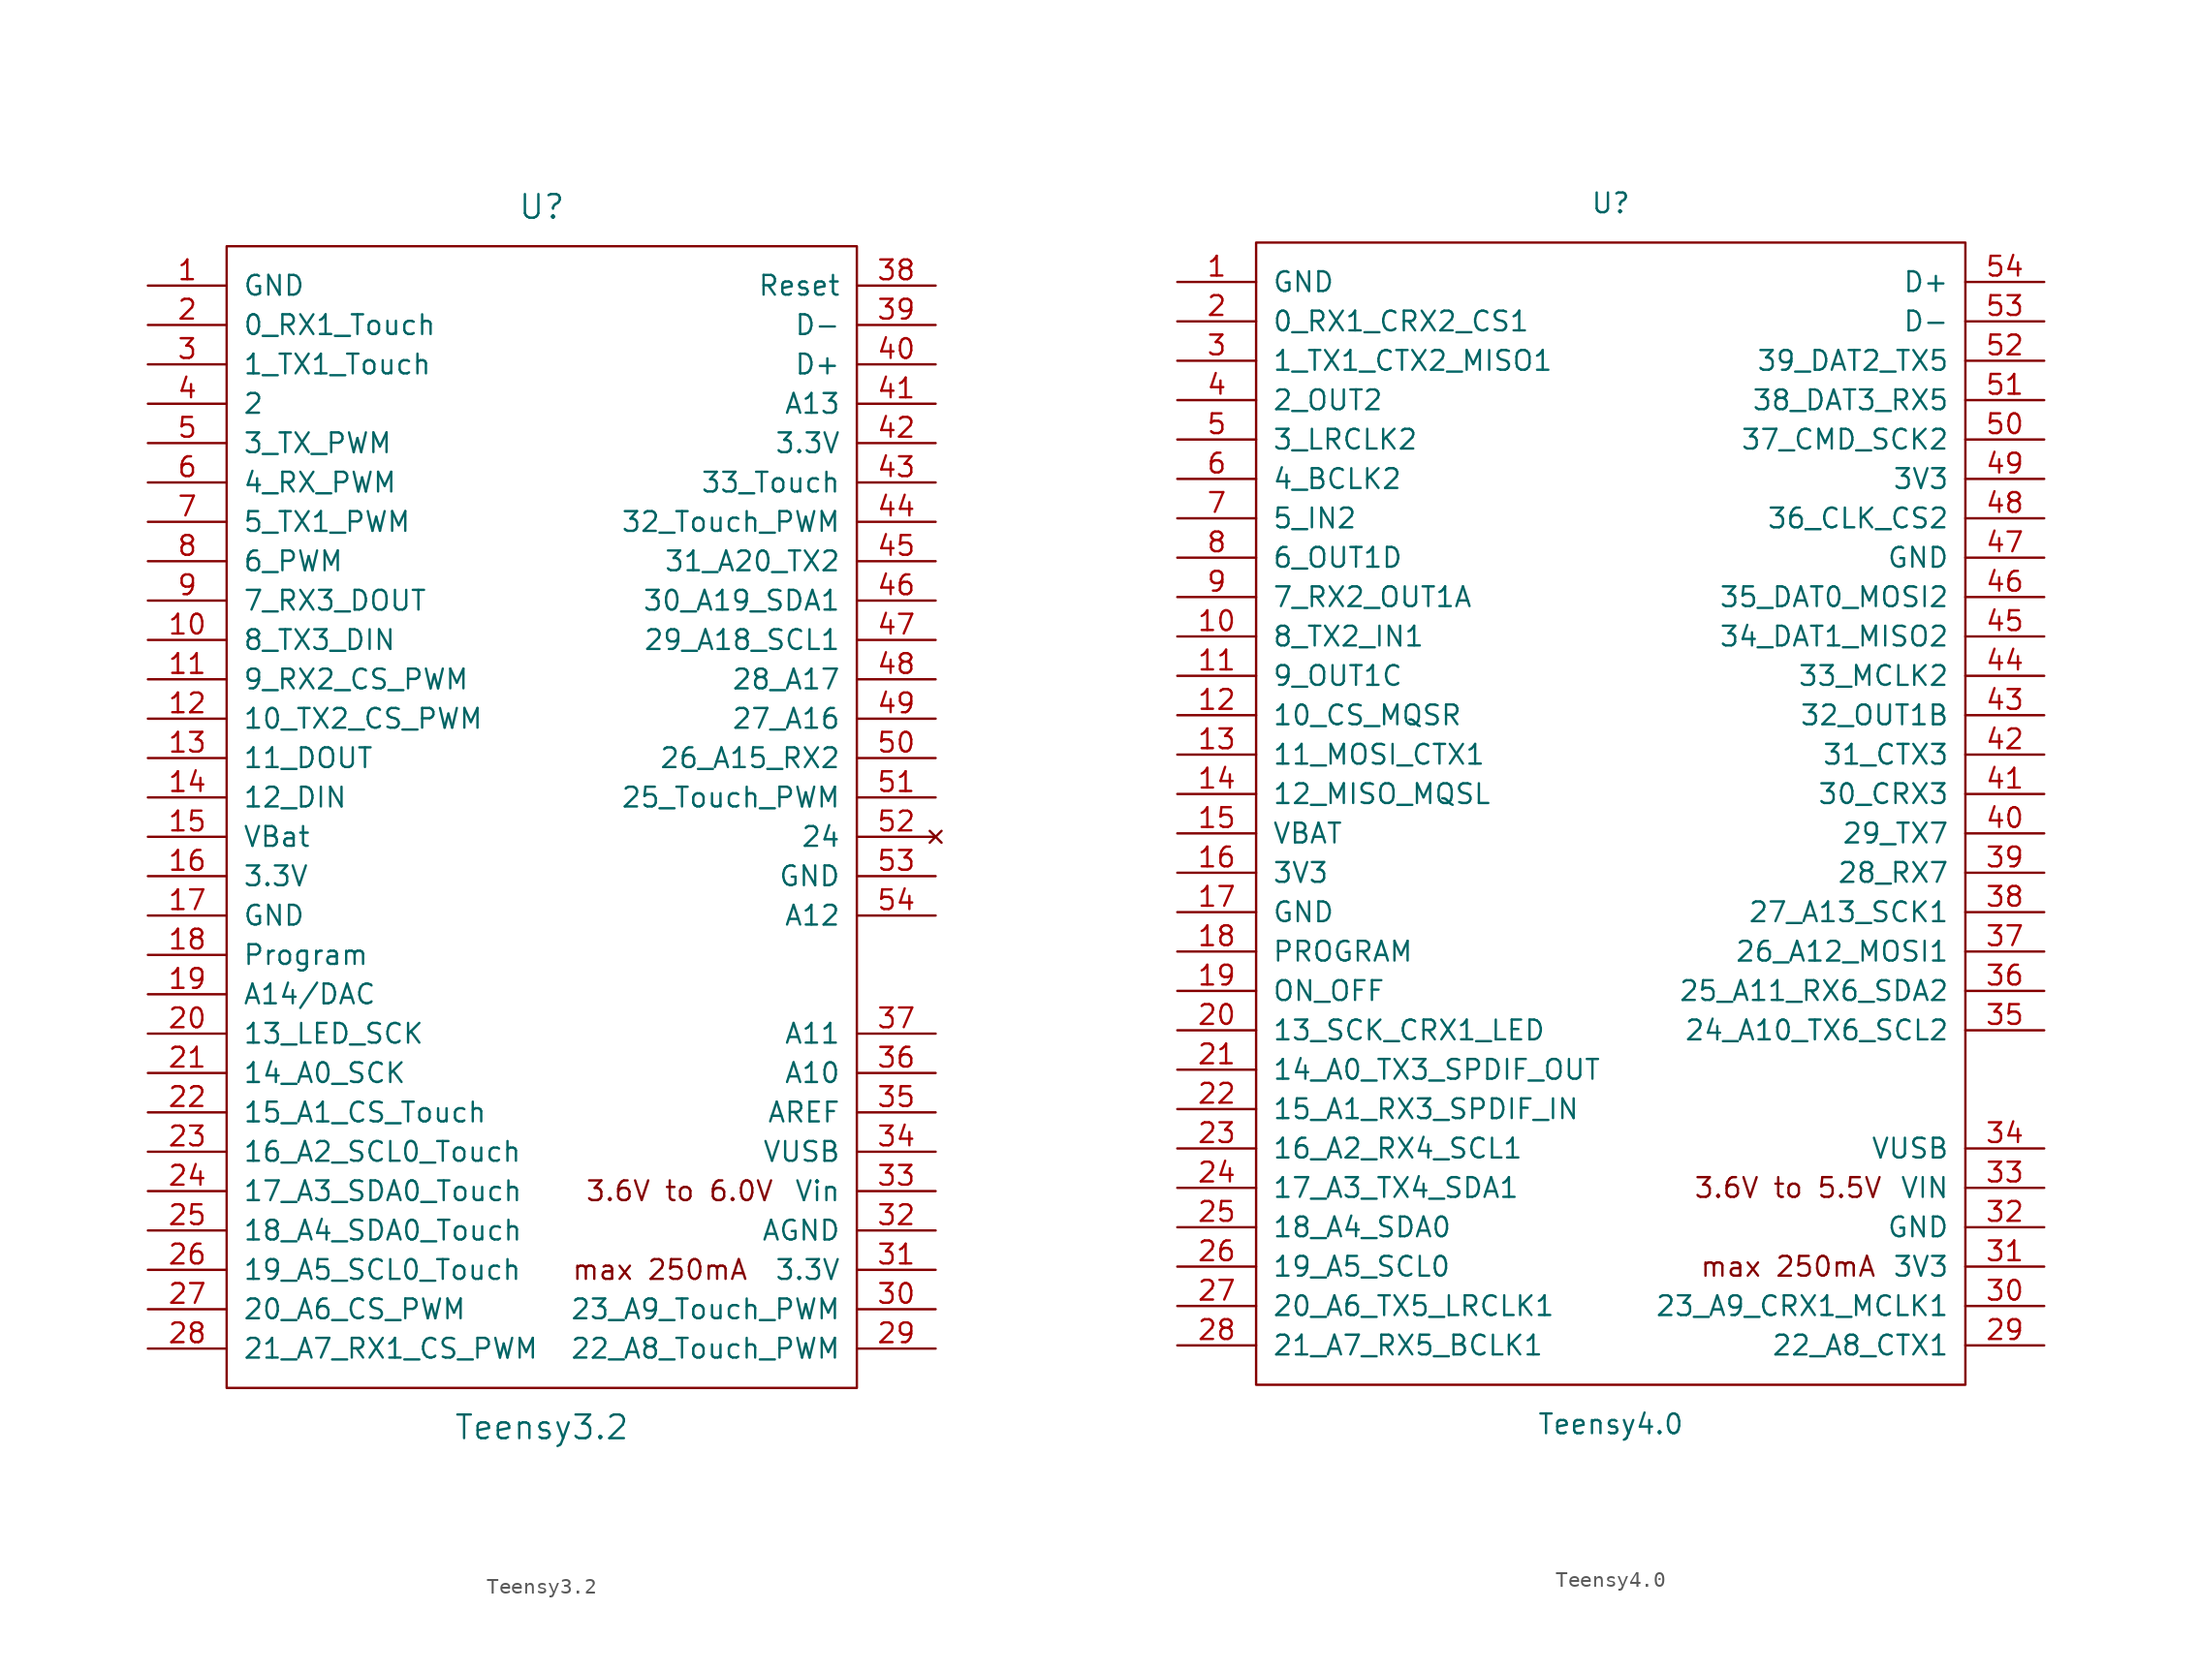
<source format=kicad_sym>
(kicad_symbol_lib
  (version 20211014)
  (generator kicad_symbol_editor)
  (symbol "Teensy3.2"
    (pin_names
      (offset 1.016))
    (property "Reference" "U"
      (at 0 39.37 0)
      (effects (font (size 1.524 1.524))))
    (property "Value" "Teensy3.2"
      (at 0 -39.37 0)
      (effects (font (size 1.524 1.524))))
    (property "Footprint" ""
      (at 0 -19.05 0)
      (effects (font (size 1.524 1.524))))
    (property "Datasheet" ""
      (at 0 -19.05 0)
      (effects (font (size 1.524 1.524))))
    (symbol "Teensy3.2_0_0"
      (text "3.6V to 6.0V" (at 8.89 -24.13 0) (effects (font (size 1.27 1.27))))
      (text "max 250mA" (at 7.62 -29.21 0) (effects (font (size 1.27 1.27)))))
    (symbol "Teensy3.2_0_1"
      (rectangle (start -20.32 -36.83) (end 20.32 36.83) (stroke (width 0) (type default) (color 0 0 0 0)) (fill (type none))))
    (symbol "Teensy3.2_1_1"
      (pin power_in line (at -25.4 34.29 0) (length 5.08) (name "GND" (effects (font (size 1.27 1.27)))) (number "1" (effects (font (size 1.27 1.27)))))
      (pin bidirectional line (at -25.4 11.43 0) (length 5.08) (name "8_TX3_DIN" (effects (font (size 1.27 1.27)))) (number "10" (effects (font (size 1.27 1.27)))))
      (pin bidirectional line (at -25.4 8.89 0) (length 5.08) (name "9_RX2_CS_PWM" (effects (font (size 1.27 1.27)))) (number "11" (effects (font (size 1.27 1.27)))))
      (pin bidirectional line (at -25.4 6.35 0) (length 5.08) (name "10_TX2_CS_PWM" (effects (font (size 1.27 1.27)))) (number "12" (effects (font (size 1.27 1.27)))))
      (pin bidirectional line (at -25.4 3.81 0) (length 5.08) (name "11_DOUT" (effects (font (size 1.27 1.27)))) (number "13" (effects (font (size 1.27 1.27)))))
      (pin bidirectional line (at -25.4 1.27 0) (length 5.08) (name "12_DIN" (effects (font (size 1.27 1.27)))) (number "14" (effects (font (size 1.27 1.27)))))
      (pin power_in line (at -25.4 -1.27 0) (length 5.08) (name "VBat" (effects (font (size 1.27 1.27)))) (number "15" (effects (font (size 1.27 1.27)))))
      (pin power_out line (at -25.4 -3.81 0) (length 5.08) (name "3.3V" (effects (font (size 1.27 1.27)))) (number "16" (effects (font (size 1.27 1.27)))))
      (pin power_in line (at -25.4 -6.35 0) (length 5.08) (name "GND" (effects (font (size 1.27 1.27)))) (number "17" (effects (font (size 1.27 1.27)))))
      (pin input line (at -25.4 -8.89 0) (length 5.08) (name "Program" (effects (font (size 1.27 1.27)))) (number "18" (effects (font (size 1.27 1.27)))))
      (pin bidirectional line (at -25.4 -11.43 0) (length 5.08) (name "A14/DAC" (effects (font (size 1.27 1.27)))) (number "19" (effects (font (size 1.27 1.27)))))
      (pin bidirectional line (at -25.4 31.75 0) (length 5.08) (name "0_RX1_Touch" (effects (font (size 1.27 1.27)))) (number "2" (effects (font (size 1.27 1.27)))))
      (pin bidirectional line (at -25.4 -13.97 0) (length 5.08) (name "13_LED_SCK" (effects (font (size 1.27 1.27)))) (number "20" (effects (font (size 1.27 1.27)))))
      (pin bidirectional line (at -25.4 -16.51 0) (length 5.08) (name "14_A0_SCK" (effects (font (size 1.27 1.27)))) (number "21" (effects (font (size 1.27 1.27)))))
      (pin bidirectional line (at -25.4 -19.05 0) (length 5.08) (name "15_A1_CS_Touch" (effects (font (size 1.27 1.27)))) (number "22" (effects (font (size 1.27 1.27)))))
      (pin bidirectional line (at -25.4 -21.59 0) (length 5.08) (name "16_A2_SCL0_Touch" (effects (font (size 1.27 1.27)))) (number "23" (effects (font (size 1.27 1.27)))))
      (pin bidirectional line (at -25.4 -24.13 0) (length 5.08) (name "17_A3_SDA0_Touch" (effects (font (size 1.27 1.27)))) (number "24" (effects (font (size 1.27 1.27)))))
      (pin bidirectional line (at -25.4 -26.67 0) (length 5.08) (name "18_A4_SDA0_Touch" (effects (font (size 1.27 1.27)))) (number "25" (effects (font (size 1.27 1.27)))))
      (pin bidirectional line (at -25.4 -29.21 0) (length 5.08) (name "19_A5_SCL0_Touch" (effects (font (size 1.27 1.27)))) (number "26" (effects (font (size 1.27 1.27)))))
      (pin bidirectional line (at -25.4 -31.75 0) (length 5.08) (name "20_A6_CS_PWM" (effects (font (size 1.27 1.27)))) (number "27" (effects (font (size 1.27 1.27)))))
      (pin bidirectional line (at -25.4 -34.29 0) (length 5.08) (name "21_A7_RX1_CS_PWM" (effects (font (size 1.27 1.27)))) (number "28" (effects (font (size 1.27 1.27)))))
      (pin bidirectional line (at 25.4 -34.29 180) (length 5.08) (name "22_A8_Touch_PWM" (effects (font (size 1.27 1.27)))) (number "29" (effects (font (size 1.27 1.27)))))
      (pin bidirectional line (at -25.4 29.21 0) (length 5.08) (name "1_TX1_Touch" (effects (font (size 1.27 1.27)))) (number "3" (effects (font (size 1.27 1.27)))))
      (pin bidirectional line (at 25.4 -31.75 180) (length 5.08) (name "23_A9_Touch_PWM" (effects (font (size 1.27 1.27)))) (number "30" (effects (font (size 1.27 1.27)))))
      (pin power_out line (at 25.4 -29.21 180) (length 5.08) (name "3.3V" (effects (font (size 1.27 1.27)))) (number "31" (effects (font (size 1.27 1.27)))))
      (pin power_out line (at 25.4 -26.67 180) (length 5.08) (name "AGND" (effects (font (size 1.27 1.27)))) (number "32" (effects (font (size 1.27 1.27)))))
      (pin power_in line (at 25.4 -24.13 180) (length 5.08) (name "Vin" (effects (font (size 1.27 1.27)))) (number "33" (effects (font (size 1.27 1.27)))))
      (pin power_in line (at 25.4 -21.59 180) (length 5.08) (name "VUSB" (effects (font (size 1.27 1.27)))) (number "34" (effects (font (size 1.27 1.27)))))
      (pin input line (at 25.4 -19.05 180) (length 5.08) (name "AREF" (effects (font (size 1.27 1.27)))) (number "35" (effects (font (size 1.27 1.27)))))
      (pin bidirectional line (at 25.4 -16.51 180) (length 5.08) (name "A10" (effects (font (size 1.27 1.27)))) (number "36" (effects (font (size 1.27 1.27)))))
      (pin bidirectional line (at 25.4 -13.97 180) (length 5.08) (name "A11" (effects (font (size 1.27 1.27)))) (number "37" (effects (font (size 1.27 1.27)))))
      (pin input line (at 25.4 34.29 180) (length 5.08) (name "Reset" (effects (font (size 1.27 1.27)))) (number "38" (effects (font (size 1.27 1.27)))))
      (pin bidirectional line (at 25.4 31.75 180) (length 5.08) (name "D-" (effects (font (size 1.27 1.27)))) (number "39" (effects (font (size 1.27 1.27)))))
      (pin bidirectional line (at -25.4 26.67 0) (length 5.08) (name "2" (effects (font (size 1.27 1.27)))) (number "4" (effects (font (size 1.27 1.27)))))
      (pin bidirectional line (at 25.4 29.21 180) (length 5.08) (name "D+" (effects (font (size 1.27 1.27)))) (number "40" (effects (font (size 1.27 1.27)))))
      (pin bidirectional line (at 25.4 26.67 180) (length 5.08) (name "A13" (effects (font (size 1.27 1.27)))) (number "41" (effects (font (size 1.27 1.27)))))
      (pin power_out line (at 25.4 24.13 180) (length 5.08) (name "3.3V" (effects (font (size 1.27 1.27)))) (number "42" (effects (font (size 1.27 1.27)))))
      (pin bidirectional line (at 25.4 21.59 180) (length 5.08) (name "33_Touch" (effects (font (size 1.27 1.27)))) (number "43" (effects (font (size 1.27 1.27)))))
      (pin bidirectional line (at 25.4 19.05 180) (length 5.08) (name "32_Touch_PWM" (effects (font (size 1.27 1.27)))) (number "44" (effects (font (size 1.27 1.27)))))
      (pin bidirectional line (at 25.4 16.51 180) (length 5.08) (name "31_A20_TX2" (effects (font (size 1.27 1.27)))) (number "45" (effects (font (size 1.27 1.27)))))
      (pin bidirectional line (at 25.4 13.97 180) (length 5.08) (name "30_A19_SDA1" (effects (font (size 1.27 1.27)))) (number "46" (effects (font (size 1.27 1.27)))))
      (pin bidirectional line (at 25.4 11.43 180) (length 5.08) (name "29_A18_SCL1" (effects (font (size 1.27 1.27)))) (number "47" (effects (font (size 1.27 1.27)))))
      (pin bidirectional line (at 25.4 8.89 180) (length 5.08) (name "28_A17" (effects (font (size 1.27 1.27)))) (number "48" (effects (font (size 1.27 1.27)))))
      (pin bidirectional line (at 25.4 6.35 180) (length 5.08) (name "27_A16" (effects (font (size 1.27 1.27)))) (number "49" (effects (font (size 1.27 1.27)))))
      (pin bidirectional line (at -25.4 24.13 0) (length 5.08) (name "3_TX_PWM" (effects (font (size 1.27 1.27)))) (number "5" (effects (font (size 1.27 1.27)))))
      (pin bidirectional line (at 25.4 3.81 180) (length 5.08) (name "26_A15_RX2" (effects (font (size 1.27 1.27)))) (number "50" (effects (font (size 1.27 1.27)))))
      (pin bidirectional line (at 25.4 1.27 180) (length 5.08) (name "25_Touch_PWM" (effects (font (size 1.27 1.27)))) (number "51" (effects (font (size 1.27 1.27)))))
      (pin no_connect line (at 25.4 -1.27 180) (length 5.08) (name "24" (effects (font (size 1.27 1.27)))) (number "52" (effects (font (size 1.27 1.27)))))
      (pin power_in line (at 25.4 -3.81 180) (length 5.08) (name "GND" (effects (font (size 1.27 1.27)))) (number "53" (effects (font (size 1.27 1.27)))))
      (pin bidirectional line (at 25.4 -6.35 180) (length 5.08) (name "A12" (effects (font (size 1.27 1.27)))) (number "54" (effects (font (size 1.27 1.27)))))
      (pin bidirectional line (at -25.4 21.59 0) (length 5.08) (name "4_RX_PWM" (effects (font (size 1.27 1.27)))) (number "6" (effects (font (size 1.27 1.27)))))
      (pin bidirectional line (at -25.4 19.05 0) (length 5.08) (name "5_TX1_PWM" (effects (font (size 1.27 1.27)))) (number "7" (effects (font (size 1.27 1.27)))))
      (pin bidirectional line (at -25.4 16.51 0) (length 5.08) (name "6_PWM" (effects (font (size 1.27 1.27)))) (number "8" (effects (font (size 1.27 1.27)))))
      (pin bidirectional line (at -25.4 13.97 0) (length 5.08) (name "7_RX3_DOUT" (effects (font (size 1.27 1.27)))) (number "9" (effects (font (size 1.27 1.27)))))))
  (symbol "Teensy4.0"
    (pin_names
      (offset 1.016))
    (property "Reference" "U"
      (at 0 39.37 0)
      (effects (font (size 1.27 1.27))))
    (property "Value" "Teensy4.0"
      (at 0 -39.37 0)
      (effects (font (size 1.27 1.27))))
    (symbol "Teensy4.0_0_0"
      (text "3.6V to 5.5V" (at 11.43 -24.13 0) (effects (font (size 1.27 1.27))))
      (text "max 250mA" (at 11.43 -29.21 0) (effects (font (size 1.27 1.27))))
      (pin bidirectional line (at -27.94 11.43 0) (length 5.08) (name "8_TX2_IN1" (effects (font (size 1.27 1.27)))) (number "10" (effects (font (size 1.27 1.27)))))
      (pin bidirectional line (at -27.94 8.89 0) (length 5.08) (name "9_OUT1C" (effects (font (size 1.27 1.27)))) (number "11" (effects (font (size 1.27 1.27)))))
      (pin bidirectional line (at -27.94 6.35 0) (length 5.08) (name "10_CS_MQSR" (effects (font (size 1.27 1.27)))) (number "12" (effects (font (size 1.27 1.27)))))
      (pin bidirectional line (at -27.94 3.81 0) (length 5.08) (name "11_MOSI_CTX1" (effects (font (size 1.27 1.27)))) (number "13" (effects (font (size 1.27 1.27)))))
      (pin bidirectional line (at -27.94 1.27 0) (length 5.08) (name "12_MISO_MQSL" (effects (font (size 1.27 1.27)))) (number "14" (effects (font (size 1.27 1.27)))))
      (pin power_in line (at -27.94 -1.27 0) (length 5.08) (name "VBAT" (effects (font (size 1.27 1.27)))) (number "15" (effects (font (size 1.27 1.27)))))
      (pin power_in line (at -27.94 -3.81 0) (length 5.08) (name "3V3" (effects (font (size 1.27 1.27)))) (number "16" (effects (font (size 1.27 1.27)))))
      (pin power_in line (at -27.94 -6.35 0) (length 5.08) (name "GND" (effects (font (size 1.27 1.27)))) (number "17" (effects (font (size 1.27 1.27)))))
      (pin input line (at -27.94 -8.89 0) (length 5.08) (name "PROGRAM" (effects (font (size 1.27 1.27)))) (number "18" (effects (font (size 1.27 1.27)))))
      (pin input line (at -27.94 -11.43 0) (length 5.08) (name "ON_OFF" (effects (font (size 1.27 1.27)))) (number "19" (effects (font (size 1.27 1.27)))))
      (pin bidirectional line (at -27.94 -13.97 0) (length 5.08) (name "13_SCK_CRX1_LED" (effects (font (size 1.27 1.27)))) (number "20" (effects (font (size 1.27 1.27)))))
      (pin bidirectional line (at -27.94 -16.51 0) (length 5.08) (name "14_A0_TX3_SPDIF_OUT" (effects (font (size 1.27 1.27)))) (number "21" (effects (font (size 1.27 1.27)))))
      (pin bidirectional line (at -27.94 -19.05 0) (length 5.08) (name "15_A1_RX3_SPDIF_IN" (effects (font (size 1.27 1.27)))) (number "22" (effects (font (size 1.27 1.27)))))
      (pin bidirectional line (at -27.94 -21.59 0) (length 5.08) (name "16_A2_RX4_SCL1" (effects (font (size 1.27 1.27)))) (number "23" (effects (font (size 1.27 1.27)))))
      (pin bidirectional line (at -27.94 -24.13 0) (length 5.08) (name "17_A3_TX4_SDA1" (effects (font (size 1.27 1.27)))) (number "24" (effects (font (size 1.27 1.27)))))
      (pin bidirectional line (at -27.94 -26.67 0) (length 5.08) (name "18_A4_SDA0" (effects (font (size 1.27 1.27)))) (number "25" (effects (font (size 1.27 1.27)))))
      (pin bidirectional line (at -27.94 -29.21 0) (length 5.08) (name "19_A5_SCL0" (effects (font (size 1.27 1.27)))) (number "26" (effects (font (size 1.27 1.27)))))
      (pin bidirectional line (at -27.94 -31.75 0) (length 5.08) (name "20_A6_TX5_LRCLK1" (effects (font (size 1.27 1.27)))) (number "27" (effects (font (size 1.27 1.27)))))
      (pin bidirectional line (at -27.94 -34.29 0) (length 5.08) (name "21_A7_RX5_BCLK1" (effects (font (size 1.27 1.27)))) (number "28" (effects (font (size 1.27 1.27)))))
      (pin bidirectional line (at 27.94 -34.29 180) (length 5.08) (name "22_A8_CTX1" (effects (font (size 1.27 1.27)))) (number "29" (effects (font (size 1.27 1.27)))))
      (pin bidirectional line (at 27.94 -31.75 180) (length 5.08) (name "23_A9_CRX1_MCLK1" (effects (font (size 1.27 1.27)))) (number "30" (effects (font (size 1.27 1.27)))))
      (pin power_out line (at 27.94 -29.21 180) (length 5.08) (name "3V3" (effects (font (size 1.27 1.27)))) (number "31" (effects (font (size 1.27 1.27)))))
      (pin power_in line (at 27.94 -26.67 180) (length 5.08) (name "GND" (effects (font (size 1.27 1.27)))) (number "32" (effects (font (size 1.27 1.27)))))
      (pin power_in line (at 27.94 -24.13 180) (length 5.08) (name "VIN" (effects (font (size 1.27 1.27)))) (number "33" (effects (font (size 1.27 1.27)))))
      (pin power_out line (at 27.94 -21.59 180) (length 5.08) (name "VUSB" (effects (font (size 1.27 1.27)))) (number "34" (effects (font (size 1.27 1.27)))))
      (pin bidirectional line (at 27.94 -13.97 180) (length 5.08) (name "24_A10_TX6_SCL2" (effects (font (size 1.27 1.27)))) (number "35" (effects (font (size 1.27 1.27)))))
      (pin bidirectional line (at 27.94 -11.43 180) (length 5.08) (name "25_A11_RX6_SDA2" (effects (font (size 1.27 1.27)))) (number "36" (effects (font (size 1.27 1.27)))))
      (pin bidirectional line (at 27.94 -8.89 180) (length 5.08) (name "26_A12_MOSI1" (effects (font (size 1.27 1.27)))) (number "37" (effects (font (size 1.27 1.27)))))
      (pin bidirectional line (at 27.94 -6.35 180) (length 5.08) (name "27_A13_SCK1" (effects (font (size 1.27 1.27)))) (number "38" (effects (font (size 1.27 1.27)))))
      (pin bidirectional line (at 27.94 -3.81 180) (length 5.08) (name "28_RX7" (effects (font (size 1.27 1.27)))) (number "39" (effects (font (size 1.27 1.27)))))
      (pin bidirectional line (at 27.94 -1.27 180) (length 5.08) (name "29_TX7" (effects (font (size 1.27 1.27)))) (number "40" (effects (font (size 1.27 1.27)))))
      (pin bidirectional line (at 27.94 1.27 180) (length 5.08) (name "30_CRX3" (effects (font (size 1.27 1.27)))) (number "41" (effects (font (size 1.27 1.27)))))
      (pin bidirectional line (at 27.94 3.81 180) (length 5.08) (name "31_CTX3" (effects (font (size 1.27 1.27)))) (number "42" (effects (font (size 1.27 1.27)))))
      (pin bidirectional line (at 27.94 6.35 180) (length 5.08) (name "32_OUT1B" (effects (font (size 1.27 1.27)))) (number "43" (effects (font (size 1.27 1.27)))))
      (pin bidirectional line (at 27.94 8.89 180) (length 5.08) (name "33_MCLK2" (effects (font (size 1.27 1.27)))) (number "44" (effects (font (size 1.27 1.27)))))
      (pin bidirectional line (at 27.94 11.43 180) (length 5.08) (name "34_DAT1_MISO2" (effects (font (size 1.27 1.27)))) (number "45" (effects (font (size 1.27 1.27)))))
      (pin bidirectional line (at 27.94 13.97 180) (length 5.08) (name "35_DAT0_MOSI2" (effects (font (size 1.27 1.27)))) (number "46" (effects (font (size 1.27 1.27)))))
      (pin power_out line (at 27.94 16.51 180) (length 5.08) (name "GND" (effects (font (size 1.27 1.27)))) (number "47" (effects (font (size 1.27 1.27)))))
      (pin bidirectional line (at 27.94 19.05 180) (length 5.08) (name "36_CLK_CS2" (effects (font (size 1.27 1.27)))) (number "48" (effects (font (size 1.27 1.27)))))
      (pin power_out line (at 27.94 21.59 180) (length 5.08) (name "3V3" (effects (font (size 1.27 1.27)))) (number "49" (effects (font (size 1.27 1.27)))))
      (pin bidirectional line (at -27.94 24.13 0) (length 5.08) (name "3_LRCLK2" (effects (font (size 1.27 1.27)))) (number "5" (effects (font (size 1.27 1.27)))))
      (pin bidirectional line (at 27.94 24.13 180) (length 5.08) (name "37_CMD_SCK2" (effects (font (size 1.27 1.27)))) (number "50" (effects (font (size 1.27 1.27)))))
      (pin bidirectional line (at 27.94 26.67 180) (length 5.08) (name "38_DAT3_RX5" (effects (font (size 1.27 1.27)))) (number "51" (effects (font (size 1.27 1.27)))))
      (pin bidirectional line (at 27.94 29.21 180) (length 5.08) (name "39_DAT2_TX5" (effects (font (size 1.27 1.27)))) (number "52" (effects (font (size 1.27 1.27)))))
      (pin bidirectional line (at 27.94 31.75 180) (length 5.08) (name "D-" (effects (font (size 1.27 1.27)))) (number "53" (effects (font (size 1.27 1.27)))))
      (pin bidirectional line (at 27.94 34.29 180) (length 5.08) (name "D+" (effects (font (size 1.27 1.27)))) (number "54" (effects (font (size 1.27 1.27)))))
      (pin bidirectional line (at -27.94 21.59 0) (length 5.08) (name "4_BCLK2" (effects (font (size 1.27 1.27)))) (number "6" (effects (font (size 1.27 1.27)))))
      (pin bidirectional line (at -27.94 19.05 0) (length 5.08) (name "5_IN2" (effects (font (size 1.27 1.27)))) (number "7" (effects (font (size 1.27 1.27)))))
      (pin bidirectional line (at -27.94 16.51 0) (length 5.08) (name "6_OUT1D" (effects (font (size 1.27 1.27)))) (number "8" (effects (font (size 1.27 1.27)))))
      (pin bidirectional line (at -27.94 13.97 0) (length 5.08) (name "7_RX2_OUT1A" (effects (font (size 1.27 1.27)))) (number "9" (effects (font (size 1.27 1.27))))))
    (symbol "Teensy4.0_0_1"
      (rectangle (start -22.86 36.83) (end 22.86 -36.83) (stroke (width 0) (type default) (color 0 0 0 0)) (fill (type none)))
      (rectangle (start -20.32 -31.75) (end -20.32 -31.75) (stroke (width 0) (type default) (color 0 0 0 0)) (fill (type none))))
    (symbol "Teensy4.0_1_1"
      (pin power_in line (at -27.94 34.29 0) (length 5.08) (name "GND" (effects (font (size 1.27 1.27)))) (number "1" (effects (font (size 1.27 1.27)))))
      (pin bidirectional line (at -27.94 31.75 0) (length 5.08) (name "0_RX1_CRX2_CS1" (effects (font (size 1.27 1.27)))) (number "2" (effects (font (size 1.27 1.27)))))
      (pin bidirectional line (at -27.94 29.21 0) (length 5.08) (name "1_TX1_CTX2_MISO1" (effects (font (size 1.27 1.27)))) (number "3" (effects (font (size 1.27 1.27)))))
      (pin bidirectional line (at -27.94 26.67 0) (length 5.08) (name "2_OUT2" (effects (font (size 1.27 1.27)))) (number "4" (effects (font (size 1.27 1.27))))))))
</source>
